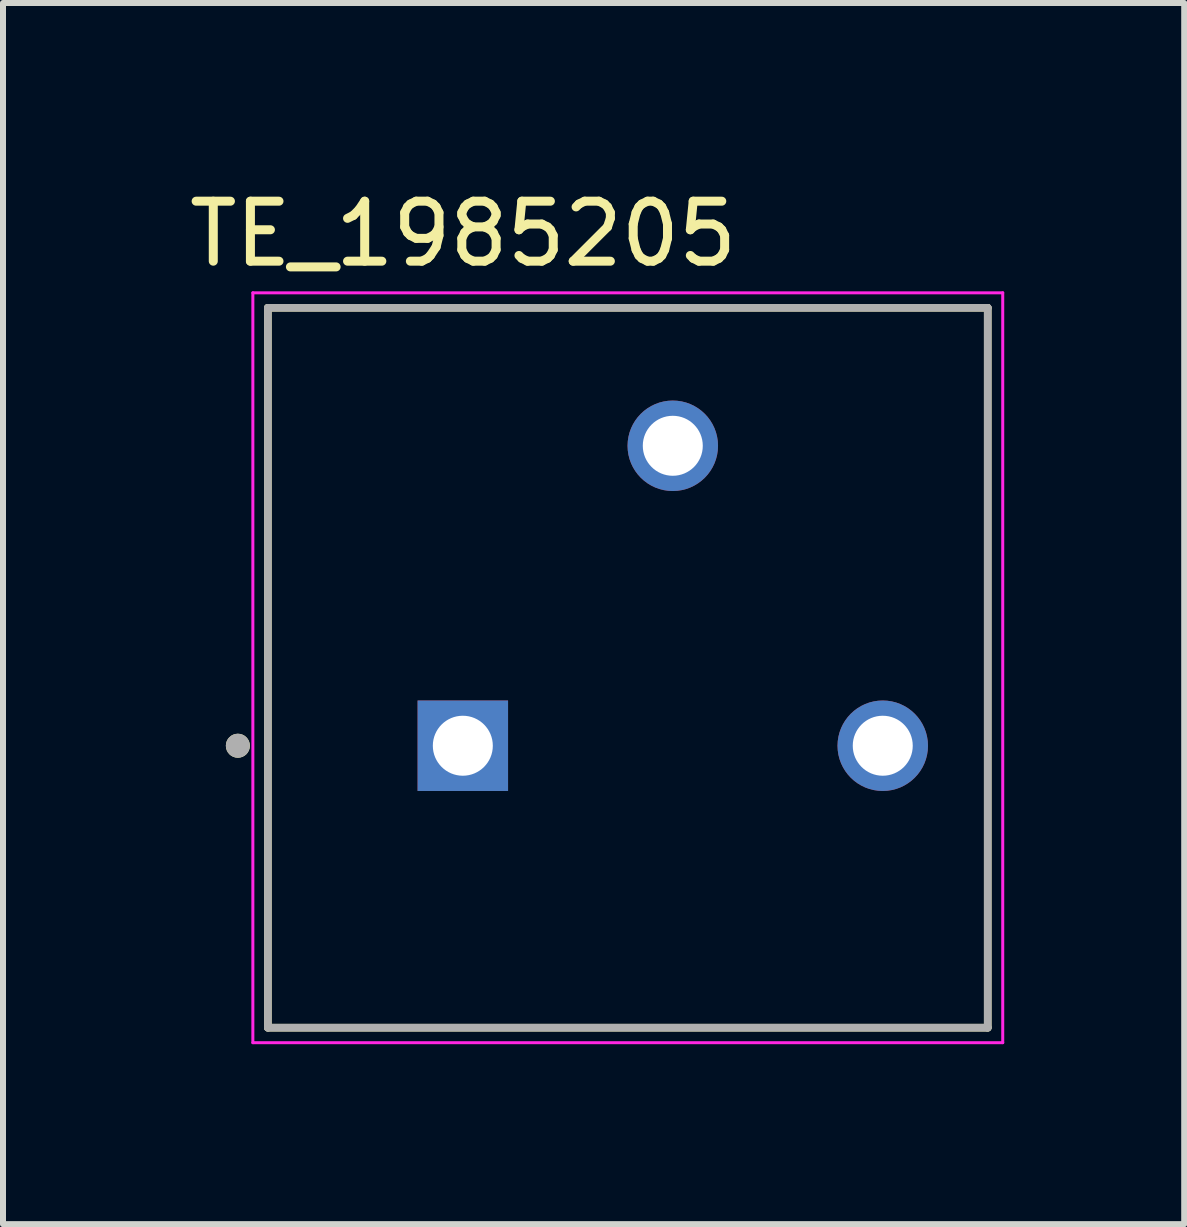
<source format=kicad_pcb>
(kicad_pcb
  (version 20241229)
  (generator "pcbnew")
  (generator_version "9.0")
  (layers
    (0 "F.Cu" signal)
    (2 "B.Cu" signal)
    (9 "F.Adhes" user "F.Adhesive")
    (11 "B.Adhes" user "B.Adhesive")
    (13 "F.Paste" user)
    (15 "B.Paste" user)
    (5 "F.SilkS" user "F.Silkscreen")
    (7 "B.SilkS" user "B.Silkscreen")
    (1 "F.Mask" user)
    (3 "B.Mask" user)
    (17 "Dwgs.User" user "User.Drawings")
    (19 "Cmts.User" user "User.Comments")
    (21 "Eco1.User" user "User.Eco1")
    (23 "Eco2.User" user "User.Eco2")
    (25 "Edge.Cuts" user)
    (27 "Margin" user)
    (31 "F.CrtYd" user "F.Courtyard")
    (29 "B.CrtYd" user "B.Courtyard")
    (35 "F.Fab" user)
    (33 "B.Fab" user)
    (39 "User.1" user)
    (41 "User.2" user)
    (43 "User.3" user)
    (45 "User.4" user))
  (footprint "TE_1985205"
    (layer "F.Cu")
    (at 7.415 8.081)
    (property "Reference" "TE_1985205" (at -2.743 -7.232 0) (layer "F.SilkS") (effects (font (size 1 1) (thickness 0.15))))
    (attr through_hole)
    (fp_line (start -6 -6) (end 6 -6) (stroke (width 0.127) (type solid)) (layer "F.SilkS"))
    (fp_line (start -6 6) (end -6 -6) (stroke (width 0.127) (type solid)) (layer "F.SilkS"))
    (fp_line (start 6 -6) (end 6 6) (stroke (width 0.127) (type solid)) (layer "F.SilkS"))
    (fp_line (start 6 6) (end -6 6) (stroke (width 0.127) (type solid)) (layer "F.SilkS"))
    (fp_circle (center -6.5 1.3) (end -6.4 1.3) (stroke (width 0.2) (type solid)) (fill no) (layer "F.SilkS"))
    (fp_line (start -6.25 -6.25) (end 6.25 -6.25) (stroke (width 0.05) (type solid)) (layer "F.CrtYd"))
    (fp_line (start -6.25 6.25) (end -6.25 -6.25) (stroke (width 0.05) (type solid)) (layer "F.CrtYd"))
    (fp_line (start 6.25 -6.25) (end 6.25 6.25) (stroke (width 0.05) (type solid)) (layer "F.CrtYd"))
    (fp_line (start 6.25 6.25) (end -6.25 6.25) (stroke (width 0.05) (type solid)) (layer "F.CrtYd"))
    (fp_line (start -6 -6) (end 6 -6) (stroke (width 0.127) (type solid)) (layer "F.Fab"))
    (fp_line (start -6 6) (end -6 -6) (stroke (width 0.127) (type solid)) (layer "F.Fab"))
    (fp_line (start 6 -6) (end 6 6) (stroke (width 0.127) (type solid)) (layer "F.Fab"))
    (fp_line (start 6 6) (end -6 6) (stroke (width 0.127) (type solid)) (layer "F.Fab"))
    (fp_circle (center -6.5 1.3) (end -6.4 1.3) (stroke (width 0.2) (type solid)) (fill no) (layer "F.Fab"))
    (pad "1" thru_hole rect (at -2.75 1.3) (size 1.508 1.508) (drill 1) (layers "*.Cu" "*.Mask"))
    (pad "2" thru_hole circle (at 0.75 -3.7) (size 1.508 1.508) (drill 1) (layers "*.Cu" "*.Mask"))
    (pad "3" thru_hole circle (at 4.25 1.3) (size 1.508 1.508) (drill 1) (layers "*.Cu" "*.Mask")))
  (gr_rect
    (start -3 -3)
    (end 16.69 17.356)
    (stroke (width 0.1) (type default))
    (fill no)
    (layer "Edge.Cuts")))
</source>
